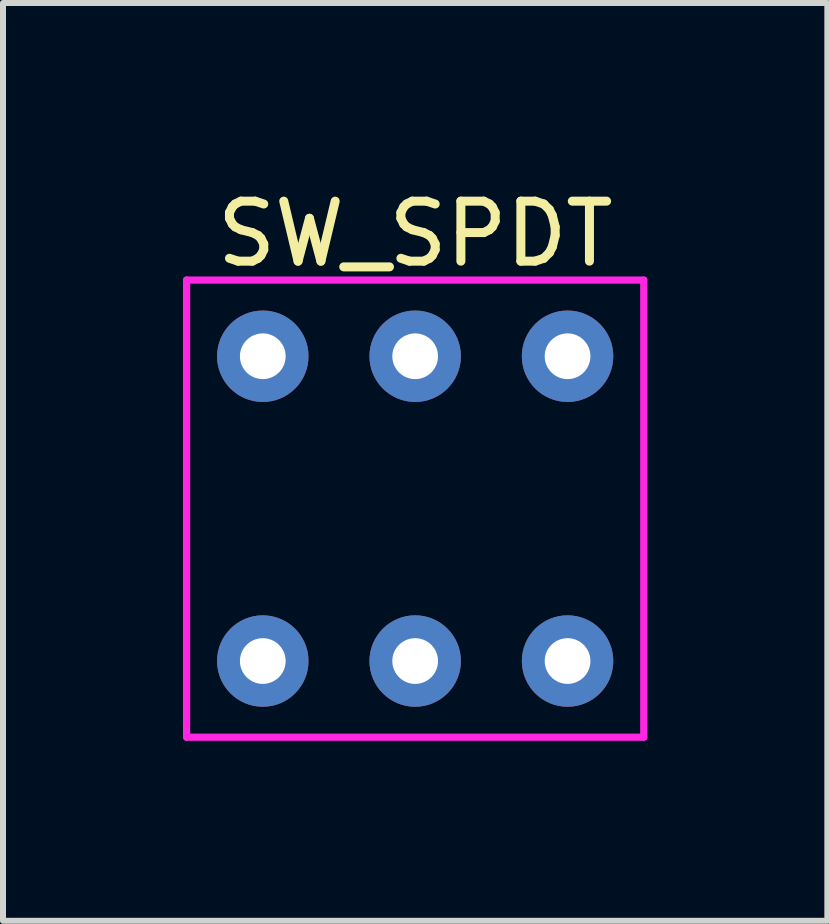
<source format=kicad_pcb>
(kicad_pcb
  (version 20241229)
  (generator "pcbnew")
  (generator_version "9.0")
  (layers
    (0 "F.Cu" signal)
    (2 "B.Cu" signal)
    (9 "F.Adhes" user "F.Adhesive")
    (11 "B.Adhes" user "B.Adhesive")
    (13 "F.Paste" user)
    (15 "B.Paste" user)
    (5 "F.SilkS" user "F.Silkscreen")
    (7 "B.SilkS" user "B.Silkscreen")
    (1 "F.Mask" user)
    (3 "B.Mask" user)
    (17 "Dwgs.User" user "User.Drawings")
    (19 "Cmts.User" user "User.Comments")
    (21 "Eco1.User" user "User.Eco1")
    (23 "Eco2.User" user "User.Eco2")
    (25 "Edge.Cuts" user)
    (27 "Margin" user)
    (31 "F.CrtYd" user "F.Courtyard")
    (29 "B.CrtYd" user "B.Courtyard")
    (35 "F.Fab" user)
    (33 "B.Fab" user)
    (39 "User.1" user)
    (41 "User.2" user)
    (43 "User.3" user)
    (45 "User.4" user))
  (footprint "SW_SPDT"
    (layer "F.Cu")
    (at 1.33 7.968)
    (property "Reference" "SW_SPDT" (at 2.54 -7.12 0) (layer "F.SilkS") (effects (font (size 1 1) (thickness 0.15))))
    (attr through_hole)
    (fp_line (start -1.27 -6.35) (end -1.27 1.27) (stroke (width 0.12) (type solid)) (layer "F.CrtYd"))
    (fp_line (start -1.27 1.27) (end 6.35 1.27) (stroke (width 0.12) (type solid)) (layer "F.CrtYd"))
    (fp_line (start 6.35 -6.35) (end -1.27 -6.35) (stroke (width 0.12) (type solid)) (layer "F.CrtYd"))
    (fp_line (start 6.35 1.27) (end 6.35 -6.35) (stroke (width 0.12) (type solid)) (layer "F.CrtYd"))
    (pad "1" thru_hole circle (at 0 -5.08) (size 1.524 1.524) (drill 0.762) (layers "*.Cu" "*.Mask"))
    (pad "1" thru_hole circle (at 0 0) (size 1.524 1.524) (drill 0.762) (layers "*.Cu" "*.Mask"))
    (pad "2" thru_hole circle (at 2.54 -5.08) (size 1.524 1.524) (drill 0.762) (layers "*.Cu" "*.Mask"))
    (pad "2" thru_hole circle (at 2.54 0) (size 1.524 1.524) (drill 0.762) (layers "*.Cu" "*.Mask"))
    (pad "3" thru_hole circle (at 5.08 -5.08) (size 1.524 1.524) (drill 0.762) (layers "*.Cu" "*.Mask"))
    (pad "3" thru_hole circle (at 5.08 0) (size 1.524 1.524) (drill 0.762) (layers "*.Cu" "*.Mask")))
  (gr_rect
    (start -3 -3)
    (end 10.74 12.298)
    (stroke (width 0.1) (type default))
    (fill no)
    (layer "Edge.Cuts")))
</source>
